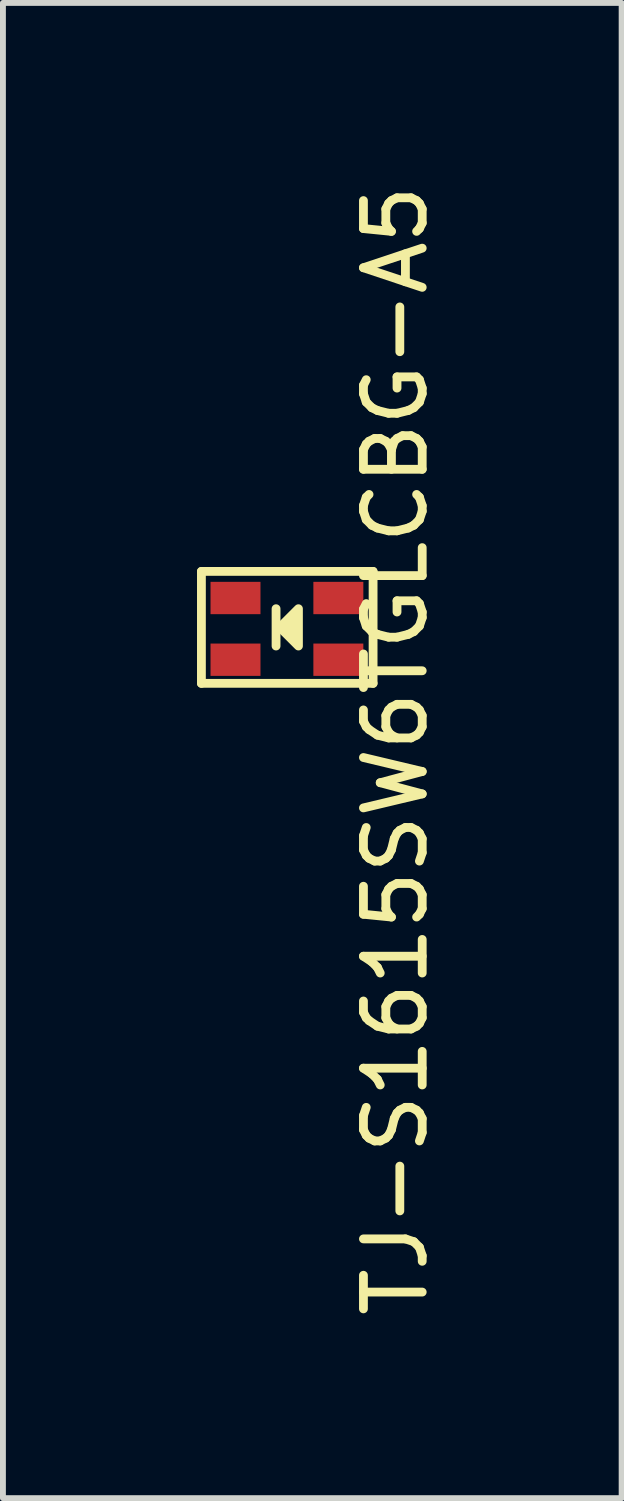
<source format=kicad_pcb>
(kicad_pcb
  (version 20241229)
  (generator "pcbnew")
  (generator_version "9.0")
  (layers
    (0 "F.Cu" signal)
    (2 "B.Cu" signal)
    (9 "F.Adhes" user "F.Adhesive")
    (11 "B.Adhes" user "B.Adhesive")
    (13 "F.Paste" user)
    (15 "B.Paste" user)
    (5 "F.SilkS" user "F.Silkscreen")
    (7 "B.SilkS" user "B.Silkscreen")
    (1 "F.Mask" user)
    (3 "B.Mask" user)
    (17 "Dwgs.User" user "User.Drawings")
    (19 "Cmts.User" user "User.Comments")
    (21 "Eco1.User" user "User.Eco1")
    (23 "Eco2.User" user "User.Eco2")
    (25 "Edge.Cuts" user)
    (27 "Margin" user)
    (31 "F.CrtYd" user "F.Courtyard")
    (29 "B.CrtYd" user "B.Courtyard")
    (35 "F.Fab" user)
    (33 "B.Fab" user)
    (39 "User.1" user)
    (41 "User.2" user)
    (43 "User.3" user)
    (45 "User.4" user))
  (footprint "TJ-S1615SW6TGLCBG-A5"
    (layer "F.Cu")
    (at 0.25 8.704)
    (property "Reference" "TJ-S1615SW6TGLCBG-A5" (at 3.429 1.016 90) (layer "F.SilkS") (effects (font (size 1 1) (thickness 0.15))))
    (attr smd)
    (fp_line (start 0.127 -2.032) (end 3.048 -2.032) (stroke (width 0.15) (type solid)) (layer "F.SilkS"))
    (fp_line (start 0.127 -0.127) (end 0.127 -2.032) (stroke (width 0.15) (type solid)) (layer "F.SilkS"))
    (fp_line (start 1.397 -1.397) (end 1.397 -0.762) (stroke (width 0.15) (type solid)) (layer "F.SilkS"))
    (fp_line (start 3.048 -2.032) (end 3.048 -0.127) (stroke (width 0.15) (type solid)) (layer "F.SilkS"))
    (fp_line (start 3.048 -0.127) (end 0.127 -0.127) (stroke (width 0.15) (type solid)) (layer "F.SilkS"))
    (fp_poly (pts (xy 1.524 -1.016) (xy 1.524 -1.143) (xy 1.778 -1.397) (xy 1.778 -0.762)) (stroke (width 0.15) (type solid)) (fill yes) (layer "F.SilkS"))
    (pad "1" smd rect (at 2.457 -1.579) (size 0.85 0.55) (layers "F.Cu" "F.Mask" "F.Paste"))
    (pad "2" smd rect (at 0.707 -1.579) (size 0.85 0.55) (layers "F.Cu" "F.Mask" "F.Paste"))
    (pad "3" smd rect (at 2.457 -0.529) (size 0.85 0.55) (layers "F.Cu" "F.Mask" "F.Paste"))
    (pad "4" smd rect (at 0.707 -0.529) (size 0.85 0.55) (layers "F.Cu" "F.Mask" "F.Paste")))
  (gr_rect
    (start -3 -3)
    (end 7.527 22.44)
    (stroke (width 0.1) (type default))
    (fill no)
    (layer "Edge.Cuts")))
</source>
